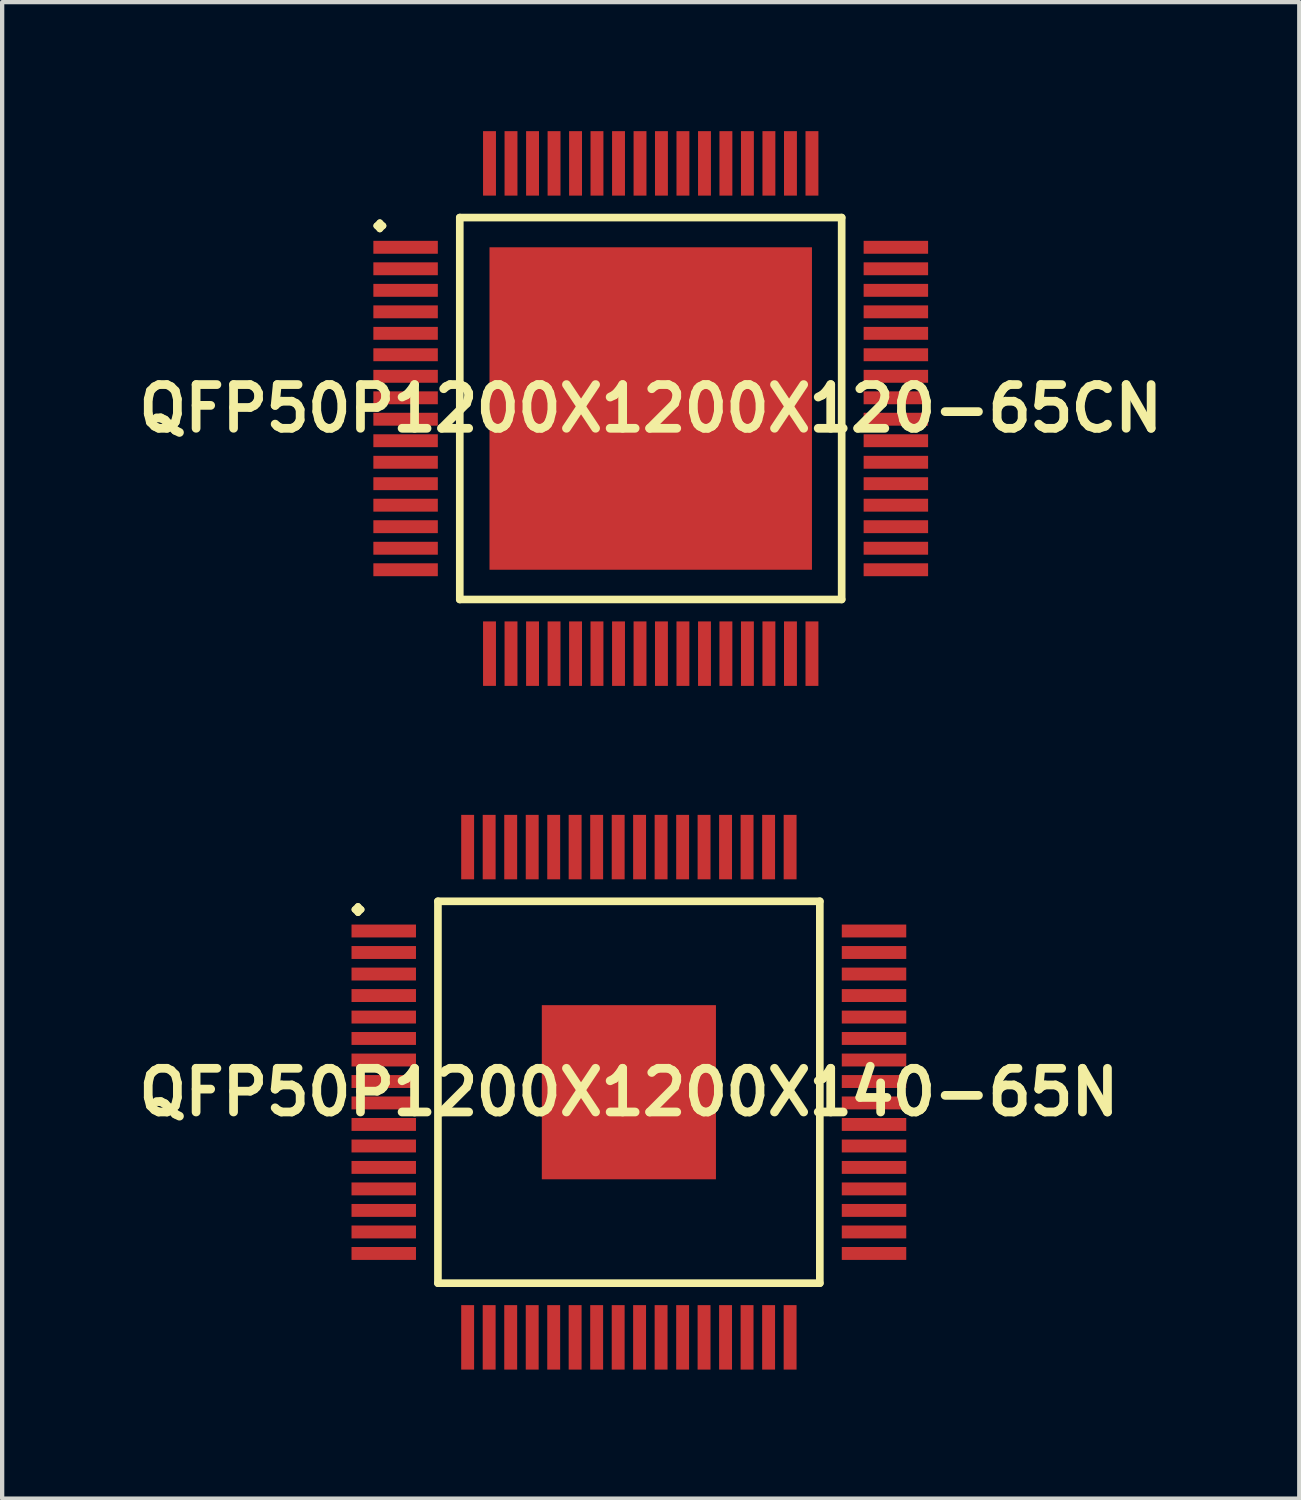
<source format=kicad_pcb>
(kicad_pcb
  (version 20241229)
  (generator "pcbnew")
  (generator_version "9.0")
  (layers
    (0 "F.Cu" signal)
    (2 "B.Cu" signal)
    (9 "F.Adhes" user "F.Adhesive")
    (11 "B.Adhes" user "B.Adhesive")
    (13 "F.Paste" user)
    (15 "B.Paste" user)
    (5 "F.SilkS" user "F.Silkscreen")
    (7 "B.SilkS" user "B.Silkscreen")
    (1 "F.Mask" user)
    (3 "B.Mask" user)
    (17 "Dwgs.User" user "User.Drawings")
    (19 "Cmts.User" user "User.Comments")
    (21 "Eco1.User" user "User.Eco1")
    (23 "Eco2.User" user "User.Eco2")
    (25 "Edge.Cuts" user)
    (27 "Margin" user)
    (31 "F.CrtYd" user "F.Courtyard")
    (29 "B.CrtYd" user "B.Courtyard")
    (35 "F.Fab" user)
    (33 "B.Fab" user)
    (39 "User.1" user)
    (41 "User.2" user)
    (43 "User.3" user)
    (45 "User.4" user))
  (footprint "QFP50P1200X1200X140-65N"
    (layer "F.Cu")
    (at 11.573 22.347)
    (property "Reference" "QFP50P1200X1200X140-65N" (at 0 0 0) (layer "F.SilkS") (effects (font (size 1.016 1.016) (thickness 0.203))))
    (attr smd)
    (fp_line (start -6.373 -4.249) (end -6.299 -4.323) (stroke (width 0.15) (type solid)) (layer "F.SilkS"))
    (fp_line (start -6.299 -4.323) (end -6.223 -4.249) (stroke (width 0.15) (type solid)) (layer "F.SilkS"))
    (fp_line (start -6.299 -4.173) (end -6.373 -4.249) (stroke (width 0.15) (type solid)) (layer "F.SilkS"))
    (fp_line (start -6.223 -4.249) (end -6.299 -4.173) (stroke (width 0.15) (type solid)) (layer "F.SilkS"))
    (fp_line (start -4.44 -4.44) (end -4.44 4.44) (stroke (width 0.178) (type solid)) (layer "F.SilkS"))
    (fp_line (start -4.44 4.44) (end 4.44 4.44) (stroke (width 0.178) (type solid)) (layer "F.SilkS"))
    (fp_line (start 4.44 -4.44) (end -4.44 -4.44) (stroke (width 0.178) (type solid)) (layer "F.SilkS"))
    (fp_line (start 4.44 4.44) (end 4.44 -4.44) (stroke (width 0.178) (type solid)) (layer "F.SilkS"))
    (pad "1" smd rect (at -5.7 -3.749) (size 1.499 0.3) (layers "F.Cu" "F.Mask" "F.Paste"))
    (pad "2" smd rect (at -5.7 -3.249) (size 1.499 0.3) (layers "F.Cu" "F.Mask" "F.Paste"))
    (pad "3" smd rect (at -5.7 -2.748) (size 1.499 0.3) (layers "F.Cu" "F.Mask" "F.Paste"))
    (pad "4" smd rect (at -5.7 -2.248) (size 1.499 0.3) (layers "F.Cu" "F.Mask" "F.Paste"))
    (pad "5" smd rect (at -5.7 -1.748) (size 1.499 0.3) (layers "F.Cu" "F.Mask" "F.Paste"))
    (pad "6" smd rect (at -5.7 -1.25) (size 1.499 0.3) (layers "F.Cu" "F.Mask" "F.Paste"))
    (pad "7" smd rect (at -5.7 -0.749) (size 1.499 0.3) (layers "F.Cu" "F.Mask" "F.Paste"))
    (pad "8" smd rect (at -5.7 -0.249) (size 1.499 0.3) (layers "F.Cu" "F.Mask" "F.Paste"))
    (pad "9" smd rect (at -5.7 0.249) (size 1.499 0.3) (layers "F.Cu" "F.Mask" "F.Paste"))
    (pad "10" smd rect (at -5.7 0.749) (size 1.499 0.3) (layers "F.Cu" "F.Mask" "F.Paste"))
    (pad "11" smd rect (at -5.7 1.25) (size 1.499 0.3) (layers "F.Cu" "F.Mask" "F.Paste"))
    (pad "12" smd rect (at -5.7 1.748) (size 1.499 0.3) (layers "F.Cu" "F.Mask" "F.Paste"))
    (pad "13" smd rect (at -5.7 2.248) (size 1.499 0.3) (layers "F.Cu" "F.Mask" "F.Paste"))
    (pad "14" smd rect (at -5.7 2.748) (size 1.499 0.3) (layers "F.Cu" "F.Mask" "F.Paste"))
    (pad "15" smd rect (at -5.7 3.249) (size 1.499 0.3) (layers "F.Cu" "F.Mask" "F.Paste"))
    (pad "16" smd rect (at -5.7 3.749) (size 1.499 0.3) (layers "F.Cu" "F.Mask" "F.Paste"))
    (pad "17" smd rect (at -3.749 5.7) (size 0.3 1.499) (layers "F.Cu" "F.Mask" "F.Paste"))
    (pad "18" smd rect (at -3.249 5.7) (size 0.3 1.499) (layers "F.Cu" "F.Mask" "F.Paste"))
    (pad "19" smd rect (at -2.748 5.7) (size 0.3 1.499) (layers "F.Cu" "F.Mask" "F.Paste"))
    (pad "20" smd rect (at -2.248 5.7) (size 0.3 1.499) (layers "F.Cu" "F.Mask" "F.Paste"))
    (pad "21" smd rect (at -1.748 5.7) (size 0.3 1.499) (layers "F.Cu" "F.Mask" "F.Paste"))
    (pad "22" smd rect (at -1.25 5.7) (size 0.3 1.499) (layers "F.Cu" "F.Mask" "F.Paste"))
    (pad "23" smd rect (at -0.749 5.7) (size 0.3 1.499) (layers "F.Cu" "F.Mask" "F.Paste"))
    (pad "24" smd rect (at -0.249 5.7) (size 0.3 1.499) (layers "F.Cu" "F.Mask" "F.Paste"))
    (pad "25" smd rect (at 0.249 5.7) (size 0.3 1.499) (layers "F.Cu" "F.Mask" "F.Paste"))
    (pad "26" smd rect (at 0.749 5.7) (size 0.3 1.499) (layers "F.Cu" "F.Mask" "F.Paste"))
    (pad "27" smd rect (at 1.25 5.7) (size 0.3 1.499) (layers "F.Cu" "F.Mask" "F.Paste"))
    (pad "28" smd rect (at 1.748 5.7) (size 0.3 1.499) (layers "F.Cu" "F.Mask" "F.Paste"))
    (pad "29" smd rect (at 2.248 5.7) (size 0.3 1.499) (layers "F.Cu" "F.Mask" "F.Paste"))
    (pad "30" smd rect (at 2.748 5.7) (size 0.3 1.499) (layers "F.Cu" "F.Mask" "F.Paste"))
    (pad "31" smd rect (at 3.249 5.7) (size 0.3 1.499) (layers "F.Cu" "F.Mask" "F.Paste"))
    (pad "32" smd rect (at 3.749 5.7) (size 0.3 1.499) (layers "F.Cu" "F.Mask" "F.Paste"))
    (pad "33" smd rect (at 5.7 3.749) (size 1.499 0.3) (layers "F.Cu" "F.Mask" "F.Paste"))
    (pad "34" smd rect (at 5.7 3.249) (size 1.499 0.3) (layers "F.Cu" "F.Mask" "F.Paste"))
    (pad "35" smd rect (at 5.7 2.748) (size 1.499 0.3) (layers "F.Cu" "F.Mask" "F.Paste"))
    (pad "36" smd rect (at 5.7 2.248) (size 1.499 0.3) (layers "F.Cu" "F.Mask" "F.Paste"))
    (pad "37" smd rect (at 5.7 1.748) (size 1.499 0.3) (layers "F.Cu" "F.Mask" "F.Paste"))
    (pad "38" smd rect (at 5.7 1.25) (size 1.499 0.3) (layers "F.Cu" "F.Mask" "F.Paste"))
    (pad "39" smd rect (at 5.7 0.749) (size 1.499 0.3) (layers "F.Cu" "F.Mask" "F.Paste"))
    (pad "40" smd rect (at 5.7 0.249) (size 1.499 0.3) (layers "F.Cu" "F.Mask" "F.Paste"))
    (pad "41" smd rect (at 5.7 -0.249) (size 1.499 0.3) (layers "F.Cu" "F.Mask" "F.Paste"))
    (pad "42" smd rect (at 5.7 -0.749) (size 1.499 0.3) (layers "F.Cu" "F.Mask" "F.Paste"))
    (pad "43" smd rect (at 5.7 -1.25) (size 1.499 0.3) (layers "F.Cu" "F.Mask" "F.Paste"))
    (pad "44" smd rect (at 5.7 -1.748) (size 1.499 0.3) (layers "F.Cu" "F.Mask" "F.Paste"))
    (pad "45" smd rect (at 5.7 -2.248) (size 1.499 0.3) (layers "F.Cu" "F.Mask" "F.Paste"))
    (pad "46" smd rect (at 5.7 -2.748) (size 1.499 0.3) (layers "F.Cu" "F.Mask" "F.Paste"))
    (pad "47" smd rect (at 5.7 -3.249) (size 1.499 0.3) (layers "F.Cu" "F.Mask" "F.Paste"))
    (pad "48" smd rect (at 5.7 -3.749) (size 1.499 0.3) (layers "F.Cu" "F.Mask" "F.Paste"))
    (pad "49" smd rect (at 3.749 -5.7) (size 0.3 1.499) (layers "F.Cu" "F.Mask" "F.Paste"))
    (pad "50" smd rect (at 3.249 -5.7) (size 0.3 1.499) (layers "F.Cu" "F.Mask" "F.Paste"))
    (pad "51" smd rect (at 2.748 -5.7) (size 0.3 1.499) (layers "F.Cu" "F.Mask" "F.Paste"))
    (pad "52" smd rect (at 2.248 -5.7) (size 0.3 1.499) (layers "F.Cu" "F.Mask" "F.Paste"))
    (pad "53" smd rect (at 1.748 -5.7) (size 0.3 1.499) (layers "F.Cu" "F.Mask" "F.Paste"))
    (pad "54" smd rect (at 1.25 -5.7) (size 0.3 1.499) (layers "F.Cu" "F.Mask" "F.Paste"))
    (pad "55" smd rect (at 0.749 -5.7) (size 0.3 1.499) (layers "F.Cu" "F.Mask" "F.Paste"))
    (pad "56" smd rect (at 0.249 -5.7) (size 0.3 1.499) (layers "F.Cu" "F.Mask" "F.Paste"))
    (pad "57" smd rect (at -0.249 -5.7) (size 0.3 1.499) (layers "F.Cu" "F.Mask" "F.Paste"))
    (pad "58" smd rect (at -0.749 -5.7) (size 0.3 1.499) (layers "F.Cu" "F.Mask" "F.Paste"))
    (pad "59" smd rect (at -1.25 -5.7) (size 0.3 1.499) (layers "F.Cu" "F.Mask" "F.Paste"))
    (pad "60" smd rect (at -1.748 -5.7) (size 0.3 1.499) (layers "F.Cu" "F.Mask" "F.Paste"))
    (pad "61" smd rect (at -2.248 -5.7) (size 0.3 1.499) (layers "F.Cu" "F.Mask" "F.Paste"))
    (pad "62" smd rect (at -2.748 -5.7) (size 0.3 1.499) (layers "F.Cu" "F.Mask" "F.Paste"))
    (pad "63" smd rect (at -3.249 -5.7) (size 0.3 1.499) (layers "F.Cu" "F.Mask" "F.Paste"))
    (pad "64" smd rect (at -3.749 -5.7) (size 0.3 1.499) (layers "F.Cu" "F.Mask" "F.Paste"))
    (pad "65" smd rect (at 0 0) (size 4.049 4.049) (layers "F.Cu" "F.Mask" "F.Paste")))
  (footprint "QFP50P1200X1200X120-65CN"
    (layer "F.Cu")
    (at 12.081 6.449)
    (property "Reference" "QFP50P1200X1200X120-65CN" (at 0 0 0) (layer "F.SilkS") (effects (font (size 1.016 1.016) (thickness 0.203))))
    (attr smd)
    (fp_line (start -6.373 -4.249) (end -6.299 -4.323) (stroke (width 0.15) (type solid)) (layer "F.SilkS"))
    (fp_line (start -6.299 -4.323) (end -6.223 -4.249) (stroke (width 0.15) (type solid)) (layer "F.SilkS"))
    (fp_line (start -6.299 -4.173) (end -6.373 -4.249) (stroke (width 0.15) (type solid)) (layer "F.SilkS"))
    (fp_line (start -6.223 -4.249) (end -6.299 -4.173) (stroke (width 0.15) (type solid)) (layer "F.SilkS"))
    (fp_line (start -4.44 -4.44) (end -4.44 4.44) (stroke (width 0.178) (type solid)) (layer "F.SilkS"))
    (fp_line (start -4.44 4.44) (end 4.44 4.44) (stroke (width 0.178) (type solid)) (layer "F.SilkS"))
    (fp_line (start 4.44 -4.44) (end -4.44 -4.44) (stroke (width 0.178) (type solid)) (layer "F.SilkS"))
    (fp_line (start 4.44 4.44) (end 4.44 -4.44) (stroke (width 0.178) (type solid)) (layer "F.SilkS"))
    (pad "1" smd rect (at -5.7 -3.749) (size 1.499 0.3) (layers "F.Cu" "F.Mask" "F.Paste"))
    (pad "2" smd rect (at -5.7 -3.249) (size 1.499 0.3) (layers "F.Cu" "F.Mask" "F.Paste"))
    (pad "3" smd rect (at -5.7 -2.748) (size 1.499 0.3) (layers "F.Cu" "F.Mask" "F.Paste"))
    (pad "4" smd rect (at -5.7 -2.248) (size 1.499 0.3) (layers "F.Cu" "F.Mask" "F.Paste"))
    (pad "5" smd rect (at -5.7 -1.748) (size 1.499 0.3) (layers "F.Cu" "F.Mask" "F.Paste"))
    (pad "6" smd rect (at -5.7 -1.25) (size 1.499 0.3) (layers "F.Cu" "F.Mask" "F.Paste"))
    (pad "7" smd rect (at -5.7 -0.749) (size 1.499 0.3) (layers "F.Cu" "F.Mask" "F.Paste"))
    (pad "8" smd rect (at -5.7 -0.249) (size 1.499 0.3) (layers "F.Cu" "F.Mask" "F.Paste"))
    (pad "9" smd rect (at -5.7 0.249) (size 1.499 0.3) (layers "F.Cu" "F.Mask" "F.Paste"))
    (pad "10" smd rect (at -5.7 0.749) (size 1.499 0.3) (layers "F.Cu" "F.Mask" "F.Paste"))
    (pad "11" smd rect (at -5.7 1.25) (size 1.499 0.3) (layers "F.Cu" "F.Mask" "F.Paste"))
    (pad "12" smd rect (at -5.7 1.748) (size 1.499 0.3) (layers "F.Cu" "F.Mask" "F.Paste"))
    (pad "13" smd rect (at -5.7 2.248) (size 1.499 0.3) (layers "F.Cu" "F.Mask" "F.Paste"))
    (pad "14" smd rect (at -5.7 2.748) (size 1.499 0.3) (layers "F.Cu" "F.Mask" "F.Paste"))
    (pad "15" smd rect (at -5.7 3.249) (size 1.499 0.3) (layers "F.Cu" "F.Mask" "F.Paste"))
    (pad "16" smd rect (at -5.7 3.749) (size 1.499 0.3) (layers "F.Cu" "F.Mask" "F.Paste"))
    (pad "17" smd rect (at -3.749 5.7) (size 0.3 1.499) (layers "F.Cu" "F.Mask" "F.Paste"))
    (pad "18" smd rect (at -3.249 5.7) (size 0.3 1.499) (layers "F.Cu" "F.Mask" "F.Paste"))
    (pad "19" smd rect (at -2.748 5.7) (size 0.3 1.499) (layers "F.Cu" "F.Mask" "F.Paste"))
    (pad "20" smd rect (at -2.248 5.7) (size 0.3 1.499) (layers "F.Cu" "F.Mask" "F.Paste"))
    (pad "21" smd rect (at -1.748 5.7) (size 0.3 1.499) (layers "F.Cu" "F.Mask" "F.Paste"))
    (pad "22" smd rect (at -1.25 5.7) (size 0.3 1.499) (layers "F.Cu" "F.Mask" "F.Paste"))
    (pad "23" smd rect (at -0.749 5.7) (size 0.3 1.499) (layers "F.Cu" "F.Mask" "F.Paste"))
    (pad "24" smd rect (at -0.249 5.7) (size 0.3 1.499) (layers "F.Cu" "F.Mask" "F.Paste"))
    (pad "25" smd rect (at 0.249 5.7) (size 0.3 1.499) (layers "F.Cu" "F.Mask" "F.Paste"))
    (pad "26" smd rect (at 0.749 5.7) (size 0.3 1.499) (layers "F.Cu" "F.Mask" "F.Paste"))
    (pad "27" smd rect (at 1.25 5.7) (size 0.3 1.499) (layers "F.Cu" "F.Mask" "F.Paste"))
    (pad "28" smd rect (at 1.748 5.7) (size 0.3 1.499) (layers "F.Cu" "F.Mask" "F.Paste"))
    (pad "29" smd rect (at 2.248 5.7) (size 0.3 1.499) (layers "F.Cu" "F.Mask" "F.Paste"))
    (pad "30" smd rect (at 2.748 5.7) (size 0.3 1.499) (layers "F.Cu" "F.Mask" "F.Paste"))
    (pad "31" smd rect (at 3.249 5.7) (size 0.3 1.499) (layers "F.Cu" "F.Mask" "F.Paste"))
    (pad "32" smd rect (at 3.749 5.7) (size 0.3 1.499) (layers "F.Cu" "F.Mask" "F.Paste"))
    (pad "33" smd rect (at 5.7 3.749) (size 1.499 0.3) (layers "F.Cu" "F.Mask" "F.Paste"))
    (pad "34" smd rect (at 5.7 3.249) (size 1.499 0.3) (layers "F.Cu" "F.Mask" "F.Paste"))
    (pad "35" smd rect (at 5.7 2.748) (size 1.499 0.3) (layers "F.Cu" "F.Mask" "F.Paste"))
    (pad "36" smd rect (at 5.7 2.248) (size 1.499 0.3) (layers "F.Cu" "F.Mask" "F.Paste"))
    (pad "37" smd rect (at 5.7 1.748) (size 1.499 0.3) (layers "F.Cu" "F.Mask" "F.Paste"))
    (pad "38" smd rect (at 5.7 1.25) (size 1.499 0.3) (layers "F.Cu" "F.Mask" "F.Paste"))
    (pad "39" smd rect (at 5.7 0.749) (size 1.499 0.3) (layers "F.Cu" "F.Mask" "F.Paste"))
    (pad "40" smd rect (at 5.7 0.249) (size 1.499 0.3) (layers "F.Cu" "F.Mask" "F.Paste"))
    (pad "41" smd rect (at 5.7 -0.249) (size 1.499 0.3) (layers "F.Cu" "F.Mask" "F.Paste"))
    (pad "42" smd rect (at 5.7 -0.749) (size 1.499 0.3) (layers "F.Cu" "F.Mask" "F.Paste"))
    (pad "43" smd rect (at 5.7 -1.25) (size 1.499 0.3) (layers "F.Cu" "F.Mask" "F.Paste"))
    (pad "44" smd rect (at 5.7 -1.748) (size 1.499 0.3) (layers "F.Cu" "F.Mask" "F.Paste"))
    (pad "45" smd rect (at 5.7 -2.248) (size 1.499 0.3) (layers "F.Cu" "F.Mask" "F.Paste"))
    (pad "46" smd rect (at 5.7 -2.748) (size 1.499 0.3) (layers "F.Cu" "F.Mask" "F.Paste"))
    (pad "47" smd rect (at 5.7 -3.249) (size 1.499 0.3) (layers "F.Cu" "F.Mask" "F.Paste"))
    (pad "48" smd rect (at 5.7 -3.749) (size 1.499 0.3) (layers "F.Cu" "F.Mask" "F.Paste"))
    (pad "49" smd rect (at 3.749 -5.7) (size 0.3 1.499) (layers "F.Cu" "F.Mask" "F.Paste"))
    (pad "50" smd rect (at 3.249 -5.7) (size 0.3 1.499) (layers "F.Cu" "F.Mask" "F.Paste"))
    (pad "51" smd rect (at 2.748 -5.7) (size 0.3 1.499) (layers "F.Cu" "F.Mask" "F.Paste"))
    (pad "52" smd rect (at 2.248 -5.7) (size 0.3 1.499) (layers "F.Cu" "F.Mask" "F.Paste"))
    (pad "53" smd rect (at 1.748 -5.7) (size 0.3 1.499) (layers "F.Cu" "F.Mask" "F.Paste"))
    (pad "54" smd rect (at 1.25 -5.7) (size 0.3 1.499) (layers "F.Cu" "F.Mask" "F.Paste"))
    (pad "55" smd rect (at 0.749 -5.7) (size 0.3 1.499) (layers "F.Cu" "F.Mask" "F.Paste"))
    (pad "56" smd rect (at 0.249 -5.7) (size 0.3 1.499) (layers "F.Cu" "F.Mask" "F.Paste"))
    (pad "57" smd rect (at -0.249 -5.7) (size 0.3 1.499) (layers "F.Cu" "F.Mask" "F.Paste"))
    (pad "58" smd rect (at -0.749 -5.7) (size 0.3 1.499) (layers "F.Cu" "F.Mask" "F.Paste"))
    (pad "59" smd rect (at -1.25 -5.7) (size 0.3 1.499) (layers "F.Cu" "F.Mask" "F.Paste"))
    (pad "60" smd rect (at -1.748 -5.7) (size 0.3 1.499) (layers "F.Cu" "F.Mask" "F.Paste"))
    (pad "61" smd rect (at -2.248 -5.7) (size 0.3 1.499) (layers "F.Cu" "F.Mask" "F.Paste"))
    (pad "62" smd rect (at -2.748 -5.7) (size 0.3 1.499) (layers "F.Cu" "F.Mask" "F.Paste"))
    (pad "63" smd rect (at -3.249 -5.7) (size 0.3 1.499) (layers "F.Cu" "F.Mask" "F.Paste"))
    (pad "64" smd rect (at -3.749 -5.7) (size 0.3 1.499) (layers "F.Cu" "F.Mask" "F.Paste"))
    (pad "65" smd rect (at 0 0) (size 7.498 7.498) (layers "F.Cu" "F.Mask" "F.Paste")))
  (gr_rect
    (start -3 -3)
    (end 27.161 31.796)
    (stroke (width 0.1) (type default))
    (fill no)
    (layer "Edge.Cuts")))
</source>
